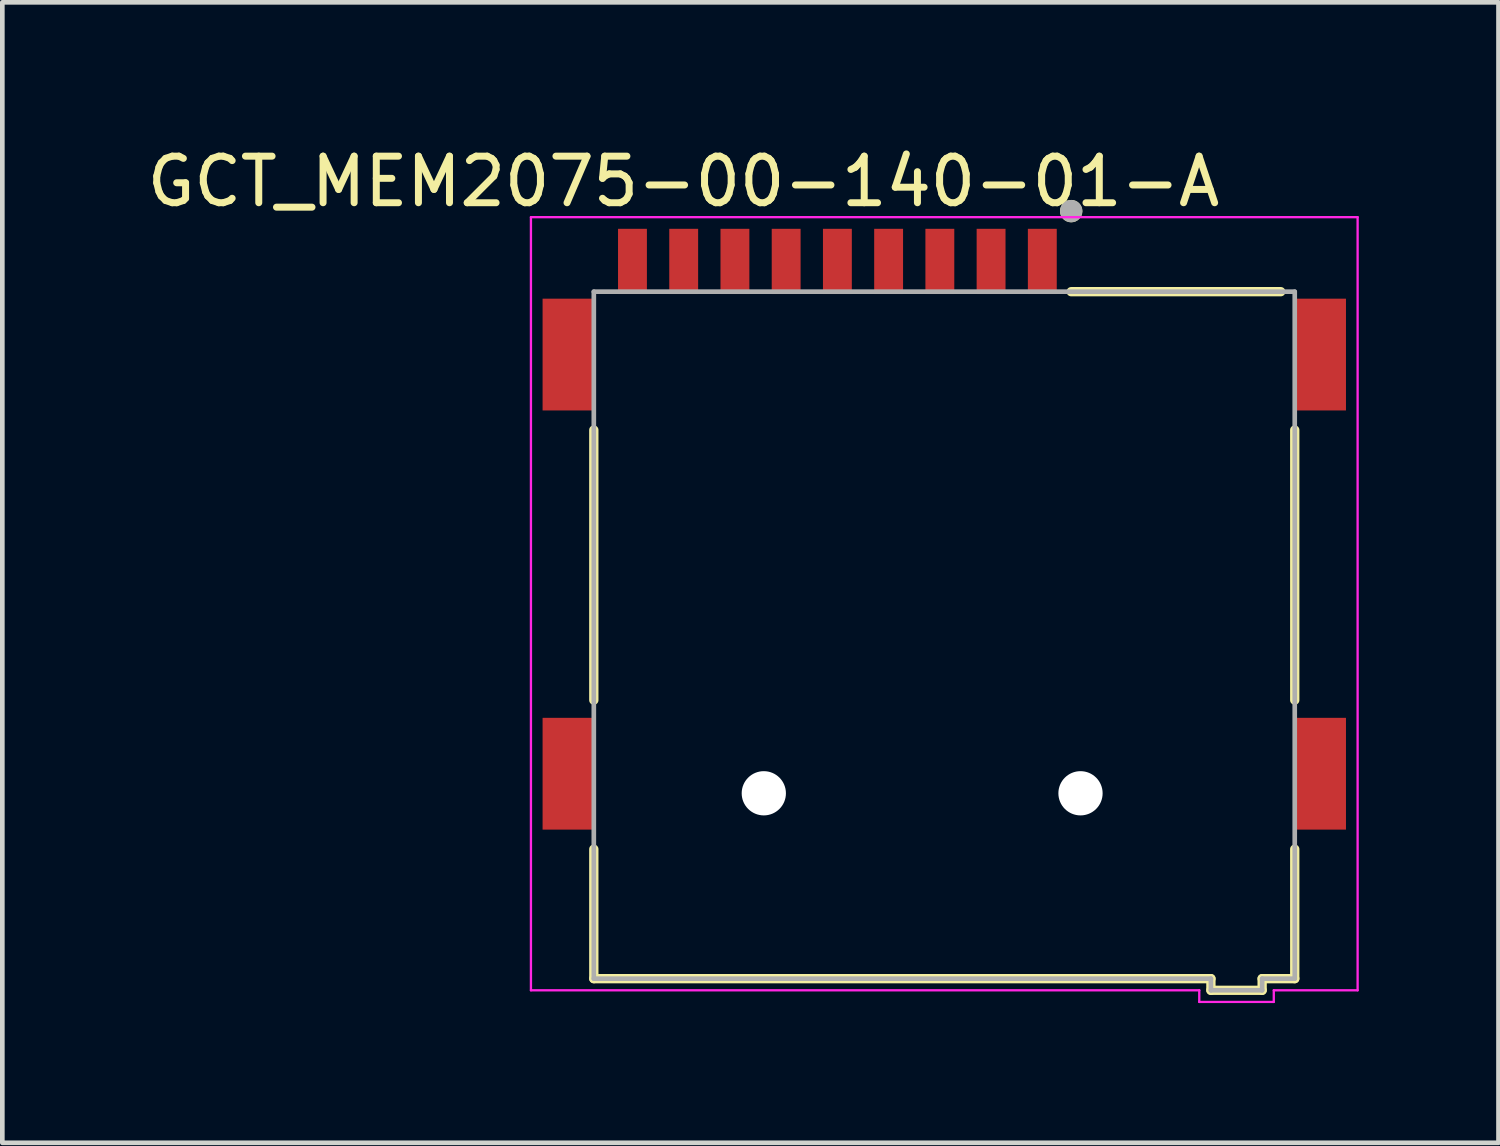
<source format=kicad_pcb>
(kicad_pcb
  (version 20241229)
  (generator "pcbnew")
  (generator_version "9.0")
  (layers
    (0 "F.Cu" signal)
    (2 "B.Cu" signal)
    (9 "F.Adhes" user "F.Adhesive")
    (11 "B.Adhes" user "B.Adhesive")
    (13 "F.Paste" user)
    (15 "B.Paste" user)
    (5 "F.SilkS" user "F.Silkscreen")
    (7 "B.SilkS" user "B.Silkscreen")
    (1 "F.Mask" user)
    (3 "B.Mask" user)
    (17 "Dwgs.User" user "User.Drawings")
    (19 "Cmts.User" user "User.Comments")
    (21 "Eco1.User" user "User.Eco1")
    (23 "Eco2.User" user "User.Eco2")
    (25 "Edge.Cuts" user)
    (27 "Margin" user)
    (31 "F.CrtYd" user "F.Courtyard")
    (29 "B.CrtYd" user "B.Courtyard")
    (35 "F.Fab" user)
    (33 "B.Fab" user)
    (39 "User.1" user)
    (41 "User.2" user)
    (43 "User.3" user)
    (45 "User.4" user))
  (footprint "GCT_MEM2075-00-140-01-A"
    (layer "F.Cu")
    (at 16.75 13.983)
    (property "Reference" "GCT_MEM2075-00-140-01-A" (at -5.125 -13.135 0) (layer "F.SilkS") (effects (font (size 1 1) (thickness 0.15))))
    (attr smd)
    (fp_line (start -7.05 -2) (end -7.05 -7.8) (stroke (width 0.2) (type solid)) (layer "F.SilkS"))
    (fp_line (start -7.05 3.98) (end -7.05 1.2) (stroke (width 0.2) (type solid)) (layer "F.SilkS"))
    (fp_line (start -7.05 3.98) (end 6.2 3.98) (stroke (width 0.2) (type solid)) (layer "F.SilkS"))
    (fp_line (start 3.2 -10.77) (end 7.7 -10.77) (stroke (width 0.2) (type solid)) (layer "F.SilkS"))
    (fp_line (start 6.2 3.98) (end 6.2 4.23) (stroke (width 0.2) (type solid)) (layer "F.SilkS"))
    (fp_line (start 6.2 4.23) (end 7.3 4.23) (stroke (width 0.2) (type solid)) (layer "F.SilkS"))
    (fp_line (start 7.3 3.98) (end 8 3.98) (stroke (width 0.2) (type solid)) (layer "F.SilkS"))
    (fp_line (start 7.3 4.23) (end 7.3 3.98) (stroke (width 0.2) (type solid)) (layer "F.SilkS"))
    (fp_line (start 8 -2) (end 8 -7.8) (stroke (width 0.2) (type solid)) (layer "F.SilkS"))
    (fp_line (start 8 3.98) (end 8 1.2) (stroke (width 0.2) (type solid)) (layer "F.SilkS"))
    (fp_circle (center 3.2 -12.5) (end 3.32 -12.5) (stroke (width 0.24) (type solid)) (fill no) (layer "F.SilkS"))
    (fp_line (start -8.4 -12.37) (end 9.35 -12.37) (stroke (width 0.05) (type solid)) (layer "F.CrtYd"))
    (fp_line (start -8.4 4.23) (end -8.4 -12.37) (stroke (width 0.05) (type solid)) (layer "F.CrtYd"))
    (fp_line (start -8.4 4.23) (end 5.95 4.23) (stroke (width 0.05) (type solid)) (layer "F.CrtYd"))
    (fp_line (start 5.95 4.23) (end 5.95 4.48) (stroke (width 0.05) (type solid)) (layer "F.CrtYd"))
    (fp_line (start 5.95 4.48) (end 7.55 4.48) (stroke (width 0.05) (type solid)) (layer "F.CrtYd"))
    (fp_line (start 7.55 4.23) (end 9.35 4.23) (stroke (width 0.05) (type solid)) (layer "F.CrtYd"))
    (fp_line (start 7.55 4.48) (end 7.55 4.23) (stroke (width 0.05) (type solid)) (layer "F.CrtYd"))
    (fp_line (start 9.35 -12.37) (end 9.35 4.23) (stroke (width 0.05) (type solid)) (layer "F.CrtYd"))
    (fp_line (start -7.05 -10.77) (end 8 -10.77) (stroke (width 0.1) (type solid)) (layer "F.Fab"))
    (fp_line (start -7.05 3.98) (end -7.05 -10.77) (stroke (width 0.1) (type solid)) (layer "F.Fab"))
    (fp_line (start -7.05 3.98) (end 6.2 3.98) (stroke (width 0.1) (type solid)) (layer "F.Fab"))
    (fp_line (start 6.2 3.98) (end 6.2 4.23) (stroke (width 0.1) (type solid)) (layer "F.Fab"))
    (fp_line (start 6.2 4.23) (end 7.3 4.23) (stroke (width 0.1) (type solid)) (layer "F.Fab"))
    (fp_line (start 7.3 3.98) (end 8 3.98) (stroke (width 0.1) (type solid)) (layer "F.Fab"))
    (fp_line (start 7.3 4.23) (end 7.3 3.98) (stroke (width 0.1) (type solid)) (layer "F.Fab"))
    (fp_line (start 8 3.98) (end 8 -10.77) (stroke (width 0.1) (type solid)) (layer "F.Fab"))
    (fp_circle (center 3.2 -12.5) (end 3.32 -12.5) (stroke (width 0.24) (type solid)) (fill no) (layer "F.Fab"))
    (pad "" np_thru_hole circle (at -3.4 0) (size 0.95 0.95) (drill 0.95) (layers "*.Cu" "*.Mask"))
    (pad "" np_thru_hole circle (at 3.4 0) (size 0.95 0.95) (drill 0.95) (layers "*.Cu" "*.Mask"))
    (pad "1" smd rect (at 2.58 -11.42) (size 0.62 1.4) (layers "F.Cu" "F.Mask" "F.Paste"))
    (pad "2" smd rect (at 1.48 -11.42) (size 0.62 1.4) (layers "F.Cu" "F.Mask" "F.Paste"))
    (pad "3" smd rect (at 0.38 -11.42) (size 0.62 1.4) (layers "F.Cu" "F.Mask" "F.Paste"))
    (pad "4" smd rect (at -0.72 -11.42) (size 0.62 1.4) (layers "F.Cu" "F.Mask" "F.Paste"))
    (pad "5" smd rect (at -1.82 -11.42) (size 0.62 1.4) (layers "F.Cu" "F.Mask" "F.Paste"))
    (pad "6" smd rect (at -2.92 -11.42) (size 0.62 1.4) (layers "F.Cu" "F.Mask" "F.Paste"))
    (pad "7" smd rect (at -4.02 -11.42) (size 0.62 1.4) (layers "F.Cu" "F.Mask" "F.Paste"))
    (pad "8" smd rect (at -5.12 -11.42) (size 0.62 1.4) (layers "F.Cu" "F.Mask" "F.Paste"))
    (pad "9" smd rect (at -6.22 -11.42) (size 0.62 1.4) (layers "F.Cu" "F.Mask" "F.Paste"))
    (pad "SH1" smd rect (at -7.6 -0.42) (size 1.1 2.4) (layers "F.Cu" "F.Mask" "F.Paste"))
    (pad "SH2" smd rect (at -7.6 -9.42) (size 1.1 2.4) (layers "F.Cu" "F.Mask" "F.Paste"))
    (pad "SH3" smd rect (at 8.55 -9.42) (size 1.1 2.4) (layers "F.Cu" "F.Mask" "F.Paste"))
    (pad "SH4" smd rect (at 8.55 -0.42) (size 1.1 2.4) (layers "F.Cu" "F.Mask" "F.Paste"))
    (zone (net_name "") (layer "F.Cu") (hatch full 0.508) (connect_pads) (min_thickness 0.01) (filled_areas_thickness no) (keepout (tracks not_allowed) (vias not_allowed) (pads not_allowed) (copperpour not_allowed) (footprints allowed)) (placement (enabled no)) (fill) (polygon (pts (xy 9.7 6.063) (xy 19.9 6.063) (xy 19.9 10.113) (xy 9.7 10.113))))
    (zone (net_name "") (layers "F.Cu" "B.Cu") (hatch full 0.508) (connect_pads) (min_thickness 0.01) (filled_areas_thickness no) (keepout (tracks allowed) (vias not_allowed) (pads allowed) (copperpour allowed) (footprints allowed)) (placement (enabled no)) (fill) (polygon (pts (xy 9.7 6.063) (xy 19.9 6.063) (xy 19.9 10.113) (xy 9.7 10.113)))))
  (gr_rect
    (start -3 -3)
    (end 29.125 21.488)
    (stroke (width 0.1) (type default))
    (fill no)
    (layer "Edge.Cuts")))
</source>
